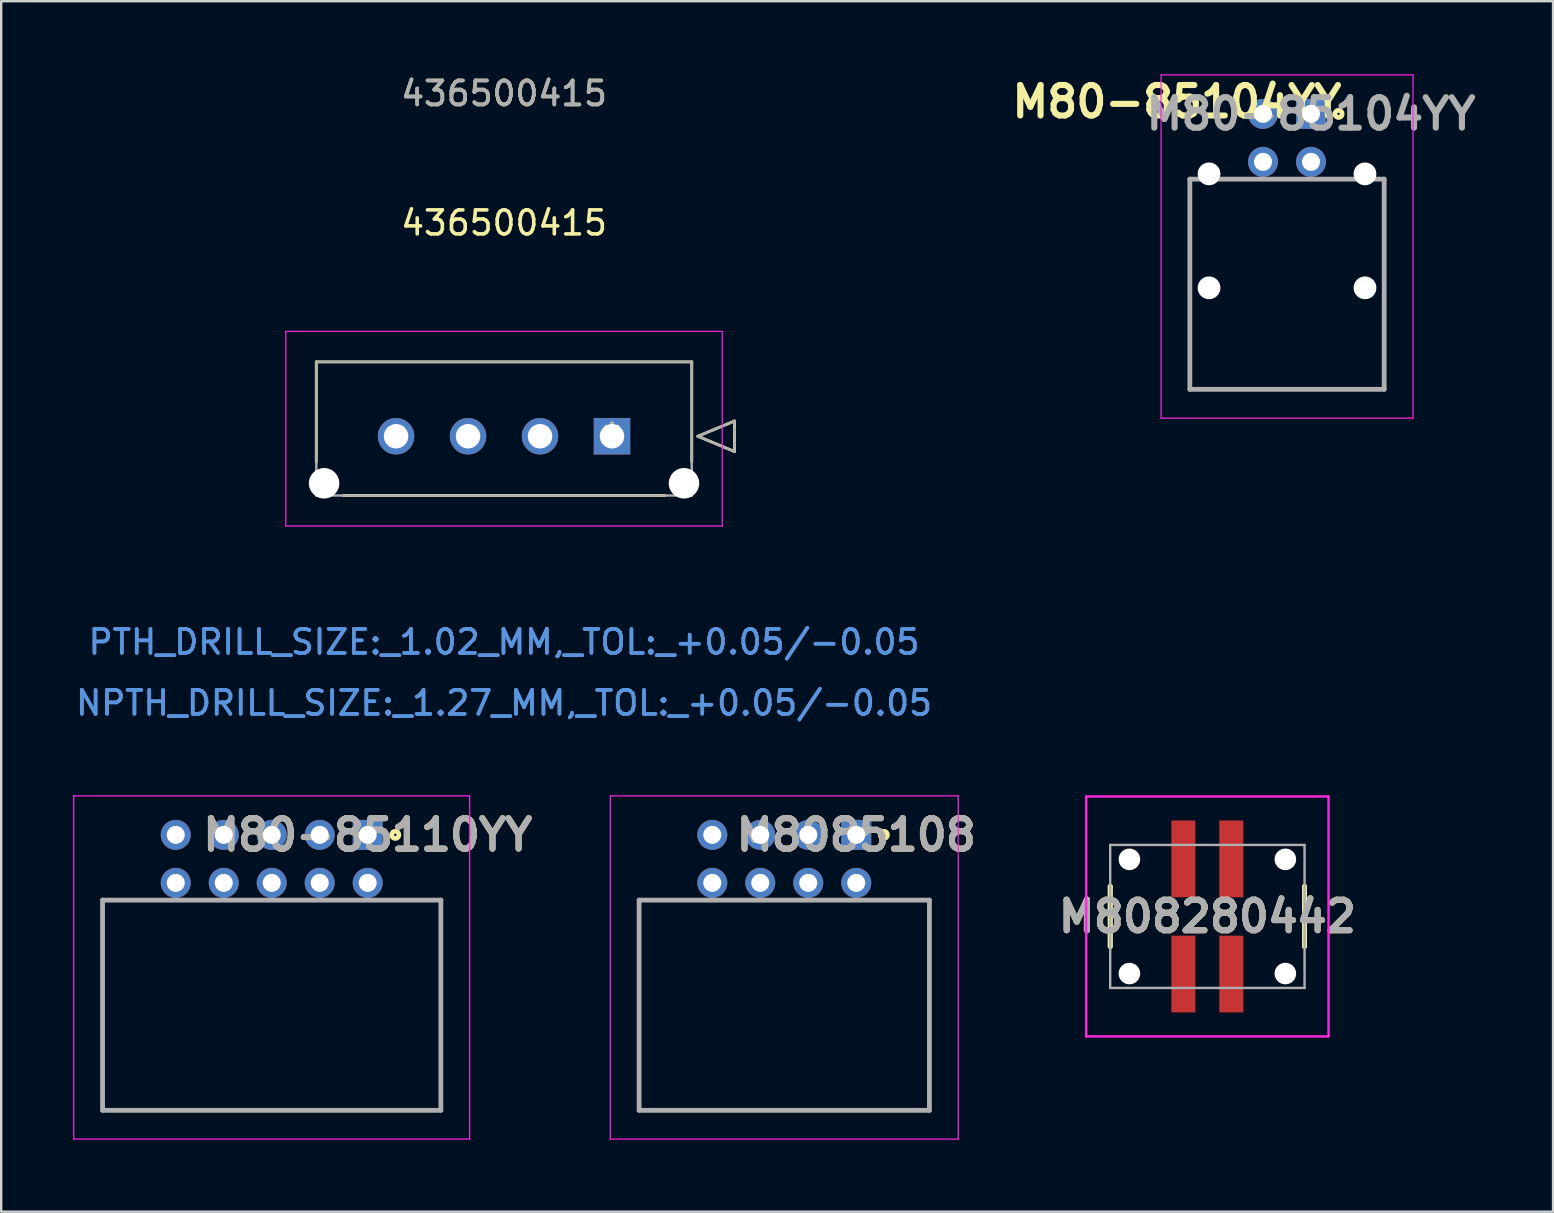
<source format=kicad_pcb>
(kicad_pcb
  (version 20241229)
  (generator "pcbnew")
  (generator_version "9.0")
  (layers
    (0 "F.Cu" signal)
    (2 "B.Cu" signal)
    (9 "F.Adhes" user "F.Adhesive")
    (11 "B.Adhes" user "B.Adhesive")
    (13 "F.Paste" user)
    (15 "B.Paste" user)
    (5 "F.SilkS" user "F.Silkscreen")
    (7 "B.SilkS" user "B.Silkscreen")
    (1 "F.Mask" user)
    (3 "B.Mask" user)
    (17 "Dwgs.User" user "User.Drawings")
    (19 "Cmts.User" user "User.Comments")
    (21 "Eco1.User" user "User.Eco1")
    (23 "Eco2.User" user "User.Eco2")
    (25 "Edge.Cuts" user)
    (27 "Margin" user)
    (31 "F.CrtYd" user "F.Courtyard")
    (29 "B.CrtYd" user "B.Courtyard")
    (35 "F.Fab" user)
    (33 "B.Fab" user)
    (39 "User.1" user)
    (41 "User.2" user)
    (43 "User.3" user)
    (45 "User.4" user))
  (footprint "M8085108"
    (layer "F.Cu")
    (at 32.638 31.747)
    (property "Reference" "M8085108" (at 0 0 0) (layer "F.SilkS") (effects (font (size 1.27 1.27) (thickness 0.254))))
    (attr through_hole)
    (fp_line (start -9.05 11.48) (end -9.05 2.72) (stroke (width 0.1) (type solid)) (layer "F.SilkS"))
    (fp_line (start 3.05 2.72) (end 3.05 11.48) (stroke (width 0.1) (type solid)) (layer "F.SilkS"))
    (fp_line (start 3.05 11.48) (end -9.05 11.48) (stroke (width 0.1) (type solid)) (layer "F.SilkS"))
    (fp_circle (center 1.15 0) (end 1.15 0.05) (stroke (width 0.2) (type solid)) (fill no) (layer "F.SilkS"))
    (fp_line (start -10.25 -1.625) (end 4.25 -1.625) (stroke (width 0.05) (type solid)) (layer "F.CrtYd"))
    (fp_line (start -10.25 12.68) (end -10.25 -1.625) (stroke (width 0.05) (type solid)) (layer "F.CrtYd"))
    (fp_line (start 4.25 -1.625) (end 4.25 12.68) (stroke (width 0.05) (type solid)) (layer "F.CrtYd"))
    (fp_line (start 4.25 12.68) (end -10.25 12.68) (stroke (width 0.05) (type solid)) (layer "F.CrtYd"))
    (fp_line (start -9.05 2.72) (end 3.05 2.72) (stroke (width 0.2) (type solid)) (layer "F.Fab"))
    (fp_line (start -9.05 11.48) (end -9.05 2.72) (stroke (width 0.2) (type solid)) (layer "F.Fab"))
    (fp_line (start 3.05 2.72) (end 3.05 11.48) (stroke (width 0.2) (type solid)) (layer "F.Fab"))
    (fp_line (start 3.05 11.48) (end -9.05 11.48) (stroke (width 0.2) (type solid)) (layer "F.Fab"))
    (fp_text user "${REFERENCE}" (at 0 0 0) (layer "F.Fab") (effects (font (size 1.27 1.27) (thickness 0.254))))
    (pad "" np_thru_hole circle (at -8.25 2.5) (size 0.001 0.001) (drill 0.95) (layers "*.Cu" "*.Mask"))
    (pad "" np_thru_hole circle (at -8.25 7.25) (size 0.001 0.001) (drill 0.95) (layers "*.Cu" "*.Mask"))
    (pad "" np_thru_hole circle (at 2.25 2.5) (size 0.001 0.001) (drill 0.95) (layers "*.Cu" "*.Mask"))
    (pad "" np_thru_hole circle (at 2.25 7.25) (size 0.001 0.001) (drill 0.95) (layers "*.Cu" "*.Mask"))
    (pad "1" thru_hole rect (at 0 0) (size 1.25 1.25) (drill 0.75) (layers "*.Cu" "*.Mask"))
    (pad "2" thru_hole circle (at -2 0) (size 1.25 1.25) (drill 0.75) (layers "*.Cu" "*.Mask"))
    (pad "3" thru_hole circle (at -4 0) (size 1.25 1.25) (drill 0.75) (layers "*.Cu" "*.Mask"))
    (pad "4" thru_hole circle (at -6 0) (size 1.25 1.25) (drill 0.75) (layers "*.Cu" "*.Mask"))
    (pad "5" thru_hole circle (at 0 2) (size 1.25 1.25) (drill 0.75) (layers "*.Cu" "*.Mask"))
    (pad "6" thru_hole circle (at -2 2) (size 1.25 1.25) (drill 0.75) (layers "*.Cu" "*.Mask"))
    (pad "7" thru_hole circle (at -4 2) (size 1.25 1.25) (drill 0.75) (layers "*.Cu" "*.Mask"))
    (pad "8" thru_hole circle (at -6 2) (size 1.25 1.25) (drill 0.75) (layers "*.Cu" "*.Mask")))
  (footprint "M80-85110YY"
    (layer "F.Cu")
    (at 12.275 31.747)
    (property "Reference" "M80-85110YY" (at 0 0 0) (layer "F.SilkS") (effects (font (size 1.27 1.27) (thickness 0.254))))
    (attr through_hole)
    (fp_line (start -11.05 11.48) (end -11.05 2.72) (stroke (width 0.1) (type solid)) (layer "F.SilkS"))
    (fp_line (start 3.05 2.72) (end 3.05 11.48) (stroke (width 0.1) (type solid)) (layer "F.SilkS"))
    (fp_line (start 3.05 11.48) (end -11.05 11.48) (stroke (width 0.1) (type solid)) (layer "F.SilkS"))
    (fp_circle (center 1.15 0) (end 1.15 0.05) (stroke (width 0.2) (type solid)) (fill no) (layer "F.SilkS"))
    (fp_line (start -12.25 -1.625) (end 4.25 -1.625) (stroke (width 0.05) (type solid)) (layer "F.CrtYd"))
    (fp_line (start -12.25 12.68) (end -12.25 -1.625) (stroke (width 0.05) (type solid)) (layer "F.CrtYd"))
    (fp_line (start 4.25 -1.625) (end 4.25 12.68) (stroke (width 0.05) (type solid)) (layer "F.CrtYd"))
    (fp_line (start 4.25 12.68) (end -12.25 12.68) (stroke (width 0.05) (type solid)) (layer "F.CrtYd"))
    (fp_line (start -11.05 2.72) (end 3.05 2.72) (stroke (width 0.2) (type solid)) (layer "F.Fab"))
    (fp_line (start -11.05 11.48) (end -11.05 2.72) (stroke (width 0.2) (type solid)) (layer "F.Fab"))
    (fp_line (start 3.05 2.72) (end 3.05 11.48) (stroke (width 0.2) (type solid)) (layer "F.Fab"))
    (fp_line (start 3.05 11.48) (end -11.05 11.48) (stroke (width 0.2) (type solid)) (layer "F.Fab"))
    (fp_text user "${REFERENCE}" (at 0 0 0) (layer "F.Fab") (effects (font (size 1.27 1.27) (thickness 0.254))))
    (pad "" np_thru_hole circle (at -10.25 2.5) (size 0.001 0.001) (drill 0.95) (layers "*.Cu" "*.Mask"))
    (pad "" np_thru_hole circle (at -10.25 7.25) (size 0.001 0.001) (drill 0.95) (layers "*.Cu" "*.Mask"))
    (pad "" np_thru_hole circle (at 2.25 2.5) (size 0.001 0.001) (drill 0.95) (layers "*.Cu" "*.Mask"))
    (pad "" np_thru_hole circle (at 2.25 7.25) (size 0.001 0.001) (drill 0.95) (layers "*.Cu" "*.Mask"))
    (pad "1" thru_hole rect (at 0 0) (size 1.25 1.25) (drill 0.75) (layers "*.Cu" "*.Mask"))
    (pad "2" thru_hole circle (at -2 0) (size 1.25 1.25) (drill 0.75) (layers "*.Cu" "*.Mask"))
    (pad "3" thru_hole circle (at -4 0) (size 1.25 1.25) (drill 0.75) (layers "*.Cu" "*.Mask"))
    (pad "4" thru_hole circle (at -6 0) (size 1.25 1.25) (drill 0.75) (layers "*.Cu" "*.Mask"))
    (pad "5" thru_hole circle (at -8 0) (size 1.25 1.25) (drill 0.75) (layers "*.Cu" "*.Mask"))
    (pad "6" thru_hole circle (at 0 2) (size 1.25 1.25) (drill 0.75) (layers "*.Cu" "*.Mask"))
    (pad "7" thru_hole circle (at -2 2) (size 1.25 1.25) (drill 0.75) (layers "*.Cu" "*.Mask"))
    (pad "8" thru_hole circle (at -4 2) (size 1.25 1.25) (drill 0.75) (layers "*.Cu" "*.Mask"))
    (pad "9" thru_hole circle (at -6 2) (size 1.25 1.25) (drill 0.75) (layers "*.Cu" "*.Mask"))
    (pad "10" thru_hole circle (at -8 2) (size 1.25 1.25) (drill 0.75) (layers "*.Cu" "*.Mask")))
  (footprint "M80-85104YY"
    (layer "F.Cu")
    (at 51.592 1.697)
    (property "Reference" "M80-85104YY" (at -5.588 -0.508 0) (layer "F.SilkS") (effects (font (size 1.27 1.27) (thickness 0.254))))
    (attr through_hole)
    (fp_line (start -5.05 11.48) (end -5.05 2.72) (stroke (width 0.1) (type solid)) (layer "F.SilkS"))
    (fp_line (start 3.05 2.72) (end 3.05 11.48) (stroke (width 0.1) (type solid)) (layer "F.SilkS"))
    (fp_line (start 3.05 11.48) (end -5.05 11.48) (stroke (width 0.1) (type solid)) (layer "F.SilkS"))
    (fp_circle (center 1.15 0) (end 1.15 0.05) (stroke (width 0.2) (type solid)) (fill no) (layer "F.SilkS"))
    (fp_line (start -6.25 -1.625) (end 4.25 -1.625) (stroke (width 0.05) (type solid)) (layer "F.CrtYd"))
    (fp_line (start -6.25 12.68) (end -6.25 -1.625) (stroke (width 0.05) (type solid)) (layer "F.CrtYd"))
    (fp_line (start 4.25 -1.625) (end 4.25 12.68) (stroke (width 0.05) (type solid)) (layer "F.CrtYd"))
    (fp_line (start 4.25 12.68) (end -6.25 12.68) (stroke (width 0.05) (type solid)) (layer "F.CrtYd"))
    (fp_line (start -5.05 2.72) (end 3.05 2.72) (stroke (width 0.2) (type solid)) (layer "F.Fab"))
    (fp_line (start -5.05 11.48) (end -5.05 2.72) (stroke (width 0.2) (type solid)) (layer "F.Fab"))
    (fp_line (start 3.05 2.72) (end 3.05 11.48) (stroke (width 0.2) (type solid)) (layer "F.Fab"))
    (fp_line (start 3.05 11.48) (end -5.05 11.48) (stroke (width 0.2) (type solid)) (layer "F.Fab"))
    (fp_text user "${REFERENCE}" (at 0 0 0) (layer "F.Fab") (effects (font (size 1.27 1.27) (thickness 0.254))))
    (pad "" np_thru_hole circle (at -4.25 2.5) (size 0.95 0.95) (drill 0.95) (layers "*.Cu" "*.Mask"))
    (pad "" np_thru_hole circle (at -4.25 7.25) (size 0.95 0.95) (drill 0.95) (layers "*.Cu" "*.Mask"))
    (pad "" np_thru_hole circle (at 2.25 2.5) (size 0.95 0.95) (drill 0.95) (layers "*.Cu" "*.Mask"))
    (pad "" np_thru_hole circle (at 2.25 7.25) (size 0.95 0.95) (drill 0.95) (layers "*.Cu" "*.Mask"))
    (pad "1" thru_hole rect (at 0 0) (size 1.25 1.25) (drill 0.75) (layers "*.Cu" "*.Mask"))
    (pad "2" thru_hole circle (at 0 2) (size 1.25 1.25) (drill 0.75) (layers "*.Cu" "*.Mask"))
    (pad "3" thru_hole circle (at -2 0) (size 1.25 1.25) (drill 0.75) (layers "*.Cu" "*.Mask"))
    (pad "4" thru_hole circle (at -2 2) (size 1.25 1.25) (drill 0.75) (layers "*.Cu" "*.Mask")))
  (footprint "436500415"
    (layer "F.Cu")
    (at 22.458 15.133)
    (property "Reference" "436500415" (at -4.5 -8.89 0) (layer "F.SilkS") (effects (font (size 1 1) (thickness 0.15))))
    (attr through_hole)
    (fp_line (start -12.325 -3.1) (end -12.325 1.065) (stroke (width 0.12) (type solid)) (layer "F.SilkS"))
    (fp_line (start -11.196 2.47) (end 2.196 2.47) (stroke (width 0.12) (type solid)) (layer "F.SilkS"))
    (fp_line (start 3.325 -3.1) (end -12.325 -3.1) (stroke (width 0.12) (type solid)) (layer "F.SilkS"))
    (fp_line (start 3.325 1.065) (end 3.325 -3.1) (stroke (width 0.12) (type solid)) (layer "F.SilkS"))
    (fp_line (start 3.579 0) (end 5.103 -0.635) (stroke (width 0.12) (type solid)) (layer "F.SilkS"))
    (fp_line (start 5.103 -0.635) (end 5.103 0.635) (stroke (width 0.12) (type solid)) (layer "F.SilkS"))
    (fp_line (start 5.103 0.635) (end 3.579 0) (stroke (width 0.12) (type solid)) (layer "F.SilkS"))
    (fp_line (start -13.595 -4.37) (end -13.595 3.74) (stroke (width 0.05) (type solid)) (layer "F.CrtYd"))
    (fp_line (start -13.595 3.74) (end 4.595 3.74) (stroke (width 0.05) (type solid)) (layer "F.CrtYd"))
    (fp_line (start 4.595 -4.37) (end -13.595 -4.37) (stroke (width 0.05) (type solid)) (layer "F.CrtYd"))
    (fp_line (start 4.595 3.74) (end 4.595 -4.37) (stroke (width 0.05) (type solid)) (layer "F.CrtYd"))
    (fp_line (start -12.325 -3.1) (end -12.325 2.47) (stroke (width 0.1) (type solid)) (layer "F.Fab"))
    (fp_line (start -12.325 2.47) (end 3.325 2.47) (stroke (width 0.1) (type solid)) (layer "F.Fab"))
    (fp_line (start 3.325 -3.1) (end -12.325 -3.1) (stroke (width 0.1) (type solid)) (layer "F.Fab"))
    (fp_line (start 3.325 2.47) (end 3.325 -3.1) (stroke (width 0.1) (type solid)) (layer "F.Fab"))
    (fp_line (start 3.579 0) (end 5.103 -0.635) (stroke (width 0.1) (type solid)) (layer "F.Fab"))
    (fp_line (start 5.103 -0.635) (end 5.103 0.635) (stroke (width 0.1) (type solid)) (layer "F.Fab"))
    (fp_line (start 5.103 0.635) (end 3.579 0) (stroke (width 0.1) (type solid)) (layer "F.Fab"))
    (fp_text user "436500415" (at -4.5 -14.285 0) (layer "F.SilkS") (effects (font (size 1 1) (thickness 0.15))))
    (fp_text user "*" (at 0 0 0) (layer "F.SilkS") (effects (font (size 1 1) (thickness 0.15))))
    (fp_text user "Copyright 2021 Accelerated Designs. All rights reserved." (at 0 0 0) (layer "Cmts.User") (effects (font (size 0.127 0.127) (thickness 0.002))))
    (fp_text user "NPTH_DRILL_SIZE:_1.27_MM,_TOL:_+0.05/-0.05" (at -4.5 11.115 0) (layer "Cmts.User") (effects (font (size 1 1) (thickness 0.15))))
    (fp_text user "PTH_DRILL_SIZE:_1.02_MM,_TOL:_+0.05/-0.05" (at -4.5 8.575 0) (layer "Cmts.User") (effects (font (size 1 1) (thickness 0.15))))
    (fp_text user "PTH_DRILL_SIZE:_1.02_MM,_TOL:_+0.05/-0.05" (at -4.5 8.575 0) (layer "Cmts.User") (effects (font (size 1 1) (thickness 0.15))))
    (fp_text user "NPTH_DRILL_SIZE:_1.27_MM,_TOL:_+0.05/-0.05" (at -4.5 11.115 0) (layer "Cmts.User") (effects (font (size 1 1) (thickness 0.15))))
    (fp_text user "436500415" (at -4.5 -14.285 0) (layer "F.Fab") (effects (font (size 1 1) (thickness 0.15))))
    (fp_text user "*" (at 0 0 0) (layer "F.Fab") (effects (font (size 1 1) (thickness 0.15))))
    (pad "" np_thru_hole circle (at -12 1.96) (size 1.27 1.27) (drill 1.27) (layers "*.Cu" "*.Mask"))
    (pad "" np_thru_hole circle (at 3 1.96) (size 1.27 1.27) (drill 1.27) (layers "*.Cu" "*.Mask"))
    (pad "1" thru_hole rect (at 0 0) (size 1.52 1.52) (drill 1.02) (layers "*.Cu" "*.Mask"))
    (pad "2" thru_hole circle (at -3 0) (size 1.52 1.52) (drill 1.02) (layers "*.Cu" "*.Mask"))
    (pad "3" thru_hole circle (at -6 0) (size 1.52 1.52) (drill 1.02) (layers "*.Cu" "*.Mask"))
    (pad "4" thru_hole circle (at -9 0) (size 1.52 1.52) (drill 1.02) (layers "*.Cu" "*.Mask")))
  (footprint "M808280442"
    (layer "F.Cu")
    (at 47.273 35.147)
    (property "Reference" "M808280442" (at 0 0 0) (layer "F.SilkS") (effects (font (size 1.27 1.27) (thickness 0.254))))
    (attr through_hole)
    (fp_line (start -4.05 -1.25) (end -4.05 -1.25) (stroke (width 0.2) (type solid)) (layer "F.SilkS"))
    (fp_line (start -4.05 -1.25) (end -4.05 1.25) (stroke (width 0.2) (type solid)) (layer "F.SilkS"))
    (fp_line (start -4.05 1.25) (end -4.05 -1.25) (stroke (width 0.2) (type solid)) (layer "F.SilkS"))
    (fp_line (start -4.05 1.25) (end -4.05 1.25) (stroke (width 0.2) (type solid)) (layer "F.SilkS"))
    (fp_line (start 4.05 -1.25) (end 4.05 -1.25) (stroke (width 0.2) (type solid)) (layer "F.SilkS"))
    (fp_line (start 4.05 -1.25) (end 4.05 1.25) (stroke (width 0.2) (type solid)) (layer "F.SilkS"))
    (fp_line (start 4.05 1.25) (end 4.05 -1.25) (stroke (width 0.2) (type solid)) (layer "F.SilkS"))
    (fp_line (start 4.05 1.25) (end 4.05 1.25) (stroke (width 0.2) (type solid)) (layer "F.SilkS"))
    (fp_line (start -5.05 -5) (end 5.05 -5) (stroke (width 0.1) (type solid)) (layer "F.CrtYd"))
    (fp_line (start -5.05 5) (end -5.05 -5) (stroke (width 0.1) (type solid)) (layer "F.CrtYd"))
    (fp_line (start 5.05 -5) (end 5.05 5) (stroke (width 0.1) (type solid)) (layer "F.CrtYd"))
    (fp_line (start 5.05 5) (end -5.05 5) (stroke (width 0.1) (type solid)) (layer "F.CrtYd"))
    (fp_line (start -4.05 -2.98) (end -4.05 2.98) (stroke (width 0.1) (type solid)) (layer "F.Fab"))
    (fp_line (start -4.05 2.98) (end 4.05 2.98) (stroke (width 0.1) (type solid)) (layer "F.Fab"))
    (fp_line (start 4.05 -2.98) (end -4.05 -2.98) (stroke (width 0.1) (type solid)) (layer "F.Fab"))
    (fp_line (start 4.05 2.98) (end 4.05 -2.98) (stroke (width 0.1) (type solid)) (layer "F.Fab"))
    (fp_text user "${REFERENCE}" (at 0 0 0) (layer "F.Fab") (effects (font (size 1.27 1.27) (thickness 0.254))))
    (pad "" np_thru_hole circle (at -3.25 -2.38) (size 0.9 0.9) (drill 0.9) (layers "*.Cu" "*.Mask"))
    (pad "" np_thru_hole circle (at -3.25 2.38) (size 0.9 0.9) (drill 0.9) (layers "*.Cu" "*.Mask"))
    (pad "" np_thru_hole circle (at 3.25 -2.38) (size 0.9 0.9) (drill 0.9) (layers "*.Cu" "*.Mask"))
    (pad "" np_thru_hole circle (at 3.25 2.38) (size 0.9 0.9) (drill 0.9) (layers "*.Cu" "*.Mask"))
    (pad "1" smd rect (at -1 2.4) (size 1 3.2) (layers "F.Cu" "F.Mask" "F.Paste"))
    (pad "2" smd rect (at 1 2.4) (size 1 3.2) (layers "F.Cu" "F.Mask" "F.Paste"))
    (pad "3" smd rect (at -1 -2.4) (size 1 3.2) (layers "F.Cu" "F.Mask" "F.Paste"))
    (pad "4" smd rect (at 1 -2.4) (size 1 3.2) (layers "F.Cu" "F.Mask" "F.Paste")))
  (gr_rect
    (start -3 -3)
    (end 61.68 47.452)
    (stroke (width 0.1) (type default))
    (fill no)
    (layer "Edge.Cuts")))
</source>
